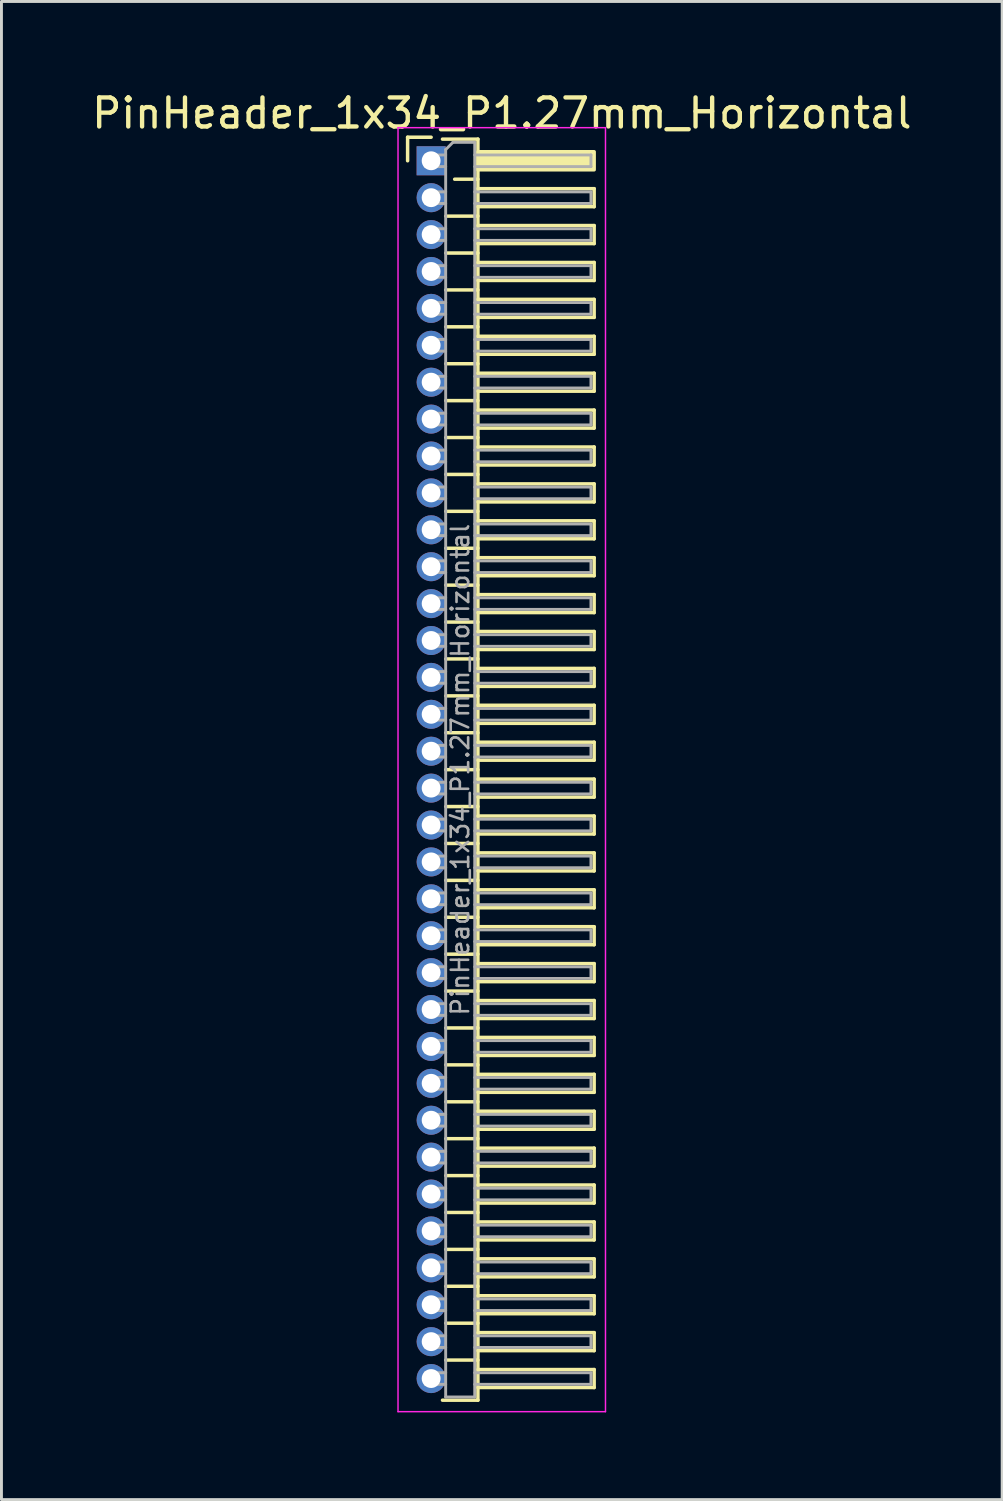
<source format=kicad_pcb>
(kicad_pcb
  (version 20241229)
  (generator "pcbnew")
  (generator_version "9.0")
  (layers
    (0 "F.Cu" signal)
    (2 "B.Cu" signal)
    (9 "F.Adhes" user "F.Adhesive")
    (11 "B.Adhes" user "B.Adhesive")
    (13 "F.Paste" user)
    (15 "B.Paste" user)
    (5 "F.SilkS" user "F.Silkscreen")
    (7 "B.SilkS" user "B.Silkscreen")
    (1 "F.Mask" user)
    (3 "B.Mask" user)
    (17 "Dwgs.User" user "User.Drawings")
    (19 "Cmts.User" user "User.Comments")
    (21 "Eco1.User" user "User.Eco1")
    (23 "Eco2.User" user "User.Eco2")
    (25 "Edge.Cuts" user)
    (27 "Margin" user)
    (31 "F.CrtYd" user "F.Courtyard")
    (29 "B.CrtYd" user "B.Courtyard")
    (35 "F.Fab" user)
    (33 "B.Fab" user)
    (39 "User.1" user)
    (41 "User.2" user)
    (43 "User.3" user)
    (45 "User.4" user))
  (footprint "PinHeader_1x34_P1.27mm_Horizontal"
    (layer "F.Cu")
    (at 11.788 2.483)
    (property "Reference" "PinHeader_1x34_P1.27mm_Horizontal" (at 2.433 -1.635 0) (layer "F.SilkS") (effects (font (size 1 1) (thickness 0.15))))
    (attr through_hole)
    (fp_line (start -0.81 -0.81) (end 0 -0.81) (stroke (width 0.12) (type solid)) (layer "F.SilkS"))
    (fp_line (start -0.81 0) (end -0.81 -0.81) (stroke (width 0.12) (type solid)) (layer "F.SilkS"))
    (fp_line (start 0.39 -0.745) (end 1.61 -0.745) (stroke (width 0.12) (type solid)) (layer "F.SilkS"))
    (fp_line (start 0.503 1.905) (end 1.61 1.905) (stroke (width 0.12) (type solid)) (layer "F.SilkS"))
    (fp_line (start 0.503 3.175) (end 1.61 3.175) (stroke (width 0.12) (type solid)) (layer "F.SilkS"))
    (fp_line (start 0.503 4.445) (end 1.61 4.445) (stroke (width 0.12) (type solid)) (layer "F.SilkS"))
    (fp_line (start 0.503 5.715) (end 1.61 5.715) (stroke (width 0.12) (type solid)) (layer "F.SilkS"))
    (fp_line (start 0.503 6.985) (end 1.61 6.985) (stroke (width 0.12) (type solid)) (layer "F.SilkS"))
    (fp_line (start 0.503 8.255) (end 1.61 8.255) (stroke (width 0.12) (type solid)) (layer "F.SilkS"))
    (fp_line (start 0.503 9.525) (end 1.61 9.525) (stroke (width 0.12) (type solid)) (layer "F.SilkS"))
    (fp_line (start 0.503 10.795) (end 1.61 10.795) (stroke (width 0.12) (type solid)) (layer "F.SilkS"))
    (fp_line (start 0.503 12.065) (end 1.61 12.065) (stroke (width 0.12) (type solid)) (layer "F.SilkS"))
    (fp_line (start 0.503 13.335) (end 1.61 13.335) (stroke (width 0.12) (type solid)) (layer "F.SilkS"))
    (fp_line (start 0.503 14.605) (end 1.61 14.605) (stroke (width 0.12) (type solid)) (layer "F.SilkS"))
    (fp_line (start 0.503 15.875) (end 1.61 15.875) (stroke (width 0.12) (type solid)) (layer "F.SilkS"))
    (fp_line (start 0.503 17.145) (end 1.61 17.145) (stroke (width 0.12) (type solid)) (layer "F.SilkS"))
    (fp_line (start 0.503 18.415) (end 1.61 18.415) (stroke (width 0.12) (type solid)) (layer "F.SilkS"))
    (fp_line (start 0.503 19.685) (end 1.61 19.685) (stroke (width 0.12) (type solid)) (layer "F.SilkS"))
    (fp_line (start 0.503 20.955) (end 1.61 20.955) (stroke (width 0.12) (type solid)) (layer "F.SilkS"))
    (fp_line (start 0.503 22.225) (end 1.61 22.225) (stroke (width 0.12) (type solid)) (layer "F.SilkS"))
    (fp_line (start 0.503 23.495) (end 1.61 23.495) (stroke (width 0.12) (type solid)) (layer "F.SilkS"))
    (fp_line (start 0.503 24.765) (end 1.61 24.765) (stroke (width 0.12) (type solid)) (layer "F.SilkS"))
    (fp_line (start 0.503 26.035) (end 1.61 26.035) (stroke (width 0.12) (type solid)) (layer "F.SilkS"))
    (fp_line (start 0.503 27.305) (end 1.61 27.305) (stroke (width 0.12) (type solid)) (layer "F.SilkS"))
    (fp_line (start 0.503 28.575) (end 1.61 28.575) (stroke (width 0.12) (type solid)) (layer "F.SilkS"))
    (fp_line (start 0.503 29.845) (end 1.61 29.845) (stroke (width 0.12) (type solid)) (layer "F.SilkS"))
    (fp_line (start 0.503 31.115) (end 1.61 31.115) (stroke (width 0.12) (type solid)) (layer "F.SilkS"))
    (fp_line (start 0.503 32.385) (end 1.61 32.385) (stroke (width 0.12) (type solid)) (layer "F.SilkS"))
    (fp_line (start 0.503 33.655) (end 1.61 33.655) (stroke (width 0.12) (type solid)) (layer "F.SilkS"))
    (fp_line (start 0.503 34.925) (end 1.61 34.925) (stroke (width 0.12) (type solid)) (layer "F.SilkS"))
    (fp_line (start 0.503 36.195) (end 1.61 36.195) (stroke (width 0.12) (type solid)) (layer "F.SilkS"))
    (fp_line (start 0.503 37.465) (end 1.61 37.465) (stroke (width 0.12) (type solid)) (layer "F.SilkS"))
    (fp_line (start 0.503 38.735) (end 1.61 38.735) (stroke (width 0.12) (type solid)) (layer "F.SilkS"))
    (fp_line (start 0.503 40.005) (end 1.61 40.005) (stroke (width 0.12) (type solid)) (layer "F.SilkS"))
    (fp_line (start 0.503 41.275) (end 1.61 41.275) (stroke (width 0.12) (type solid)) (layer "F.SilkS"))
    (fp_line (start 0.81 0.635) (end 1.61 0.635) (stroke (width 0.12) (type solid)) (layer "F.SilkS"))
    (fp_line (start 1.61 -0.745) (end 1.61 42.655) (stroke (width 0.12) (type solid)) (layer "F.SilkS"))
    (fp_line (start 1.61 0.96) (end 5.61 0.96) (stroke (width 0.12) (type solid)) (layer "F.SilkS"))
    (fp_line (start 1.61 2.23) (end 5.61 2.23) (stroke (width 0.12) (type solid)) (layer "F.SilkS"))
    (fp_line (start 1.61 3.5) (end 5.61 3.5) (stroke (width 0.12) (type solid)) (layer "F.SilkS"))
    (fp_line (start 1.61 4.77) (end 5.61 4.77) (stroke (width 0.12) (type solid)) (layer "F.SilkS"))
    (fp_line (start 1.61 6.04) (end 5.61 6.04) (stroke (width 0.12) (type solid)) (layer "F.SilkS"))
    (fp_line (start 1.61 7.31) (end 5.61 7.31) (stroke (width 0.12) (type solid)) (layer "F.SilkS"))
    (fp_line (start 1.61 8.58) (end 5.61 8.58) (stroke (width 0.12) (type solid)) (layer "F.SilkS"))
    (fp_line (start 1.61 9.85) (end 5.61 9.85) (stroke (width 0.12) (type solid)) (layer "F.SilkS"))
    (fp_line (start 1.61 11.12) (end 5.61 11.12) (stroke (width 0.12) (type solid)) (layer "F.SilkS"))
    (fp_line (start 1.61 12.39) (end 5.61 12.39) (stroke (width 0.12) (type solid)) (layer "F.SilkS"))
    (fp_line (start 1.61 13.66) (end 5.61 13.66) (stroke (width 0.12) (type solid)) (layer "F.SilkS"))
    (fp_line (start 1.61 14.93) (end 5.61 14.93) (stroke (width 0.12) (type solid)) (layer "F.SilkS"))
    (fp_line (start 1.61 16.2) (end 5.61 16.2) (stroke (width 0.12) (type solid)) (layer "F.SilkS"))
    (fp_line (start 1.61 17.47) (end 5.61 17.47) (stroke (width 0.12) (type solid)) (layer "F.SilkS"))
    (fp_line (start 1.61 18.74) (end 5.61 18.74) (stroke (width 0.12) (type solid)) (layer "F.SilkS"))
    (fp_line (start 1.61 20.01) (end 5.61 20.01) (stroke (width 0.12) (type solid)) (layer "F.SilkS"))
    (fp_line (start 1.61 21.28) (end 5.61 21.28) (stroke (width 0.12) (type solid)) (layer "F.SilkS"))
    (fp_line (start 1.61 22.55) (end 5.61 22.55) (stroke (width 0.12) (type solid)) (layer "F.SilkS"))
    (fp_line (start 1.61 23.82) (end 5.61 23.82) (stroke (width 0.12) (type solid)) (layer "F.SilkS"))
    (fp_line (start 1.61 25.09) (end 5.61 25.09) (stroke (width 0.12) (type solid)) (layer "F.SilkS"))
    (fp_line (start 1.61 26.36) (end 5.61 26.36) (stroke (width 0.12) (type solid)) (layer "F.SilkS"))
    (fp_line (start 1.61 27.63) (end 5.61 27.63) (stroke (width 0.12) (type solid)) (layer "F.SilkS"))
    (fp_line (start 1.61 28.9) (end 5.61 28.9) (stroke (width 0.12) (type solid)) (layer "F.SilkS"))
    (fp_line (start 1.61 30.17) (end 5.61 30.17) (stroke (width 0.12) (type solid)) (layer "F.SilkS"))
    (fp_line (start 1.61 31.44) (end 5.61 31.44) (stroke (width 0.12) (type solid)) (layer "F.SilkS"))
    (fp_line (start 1.61 32.71) (end 5.61 32.71) (stroke (width 0.12) (type solid)) (layer "F.SilkS"))
    (fp_line (start 1.61 33.98) (end 5.61 33.98) (stroke (width 0.12) (type solid)) (layer "F.SilkS"))
    (fp_line (start 1.61 35.25) (end 5.61 35.25) (stroke (width 0.12) (type solid)) (layer "F.SilkS"))
    (fp_line (start 1.61 36.52) (end 5.61 36.52) (stroke (width 0.12) (type solid)) (layer "F.SilkS"))
    (fp_line (start 1.61 37.79) (end 5.61 37.79) (stroke (width 0.12) (type solid)) (layer "F.SilkS"))
    (fp_line (start 1.61 39.06) (end 5.61 39.06) (stroke (width 0.12) (type solid)) (layer "F.SilkS"))
    (fp_line (start 1.61 40.33) (end 5.61 40.33) (stroke (width 0.12) (type solid)) (layer "F.SilkS"))
    (fp_line (start 1.61 41.6) (end 5.61 41.6) (stroke (width 0.12) (type solid)) (layer "F.SilkS"))
    (fp_line (start 1.61 42.655) (end 0.39 42.655) (stroke (width 0.12) (type solid)) (layer "F.SilkS"))
    (fp_line (start 5.61 0.96) (end 5.61 1.58) (stroke (width 0.12) (type solid)) (layer "F.SilkS"))
    (fp_line (start 5.61 1.58) (end 1.61 1.58) (stroke (width 0.12) (type solid)) (layer "F.SilkS"))
    (fp_line (start 5.61 2.23) (end 5.61 2.85) (stroke (width 0.12) (type solid)) (layer "F.SilkS"))
    (fp_line (start 5.61 2.85) (end 1.61 2.85) (stroke (width 0.12) (type solid)) (layer "F.SilkS"))
    (fp_line (start 5.61 3.5) (end 5.61 4.12) (stroke (width 0.12) (type solid)) (layer "F.SilkS"))
    (fp_line (start 5.61 4.12) (end 1.61 4.12) (stroke (width 0.12) (type solid)) (layer "F.SilkS"))
    (fp_line (start 5.61 4.77) (end 5.61 5.39) (stroke (width 0.12) (type solid)) (layer "F.SilkS"))
    (fp_line (start 5.61 5.39) (end 1.61 5.39) (stroke (width 0.12) (type solid)) (layer "F.SilkS"))
    (fp_line (start 5.61 6.04) (end 5.61 6.66) (stroke (width 0.12) (type solid)) (layer "F.SilkS"))
    (fp_line (start 5.61 6.66) (end 1.61 6.66) (stroke (width 0.12) (type solid)) (layer "F.SilkS"))
    (fp_line (start 5.61 7.31) (end 5.61 7.93) (stroke (width 0.12) (type solid)) (layer "F.SilkS"))
    (fp_line (start 5.61 7.93) (end 1.61 7.93) (stroke (width 0.12) (type solid)) (layer "F.SilkS"))
    (fp_line (start 5.61 8.58) (end 5.61 9.2) (stroke (width 0.12) (type solid)) (layer "F.SilkS"))
    (fp_line (start 5.61 9.2) (end 1.61 9.2) (stroke (width 0.12) (type solid)) (layer "F.SilkS"))
    (fp_line (start 5.61 9.85) (end 5.61 10.47) (stroke (width 0.12) (type solid)) (layer "F.SilkS"))
    (fp_line (start 5.61 10.47) (end 1.61 10.47) (stroke (width 0.12) (type solid)) (layer "F.SilkS"))
    (fp_line (start 5.61 11.12) (end 5.61 11.74) (stroke (width 0.12) (type solid)) (layer "F.SilkS"))
    (fp_line (start 5.61 11.74) (end 1.61 11.74) (stroke (width 0.12) (type solid)) (layer "F.SilkS"))
    (fp_line (start 5.61 12.39) (end 5.61 13.01) (stroke (width 0.12) (type solid)) (layer "F.SilkS"))
    (fp_line (start 5.61 13.01) (end 1.61 13.01) (stroke (width 0.12) (type solid)) (layer "F.SilkS"))
    (fp_line (start 5.61 13.66) (end 5.61 14.28) (stroke (width 0.12) (type solid)) (layer "F.SilkS"))
    (fp_line (start 5.61 14.28) (end 1.61 14.28) (stroke (width 0.12) (type solid)) (layer "F.SilkS"))
    (fp_line (start 5.61 14.93) (end 5.61 15.55) (stroke (width 0.12) (type solid)) (layer "F.SilkS"))
    (fp_line (start 5.61 15.55) (end 1.61 15.55) (stroke (width 0.12) (type solid)) (layer "F.SilkS"))
    (fp_line (start 5.61 16.2) (end 5.61 16.82) (stroke (width 0.12) (type solid)) (layer "F.SilkS"))
    (fp_line (start 5.61 16.82) (end 1.61 16.82) (stroke (width 0.12) (type solid)) (layer "F.SilkS"))
    (fp_line (start 5.61 17.47) (end 5.61 18.09) (stroke (width 0.12) (type solid)) (layer "F.SilkS"))
    (fp_line (start 5.61 18.09) (end 1.61 18.09) (stroke (width 0.12) (type solid)) (layer "F.SilkS"))
    (fp_line (start 5.61 18.74) (end 5.61 19.36) (stroke (width 0.12) (type solid)) (layer "F.SilkS"))
    (fp_line (start 5.61 19.36) (end 1.61 19.36) (stroke (width 0.12) (type solid)) (layer "F.SilkS"))
    (fp_line (start 5.61 20.01) (end 5.61 20.63) (stroke (width 0.12) (type solid)) (layer "F.SilkS"))
    (fp_line (start 5.61 20.63) (end 1.61 20.63) (stroke (width 0.12) (type solid)) (layer "F.SilkS"))
    (fp_line (start 5.61 21.28) (end 5.61 21.9) (stroke (width 0.12) (type solid)) (layer "F.SilkS"))
    (fp_line (start 5.61 21.9) (end 1.61 21.9) (stroke (width 0.12) (type solid)) (layer "F.SilkS"))
    (fp_line (start 5.61 22.55) (end 5.61 23.17) (stroke (width 0.12) (type solid)) (layer "F.SilkS"))
    (fp_line (start 5.61 23.17) (end 1.61 23.17) (stroke (width 0.12) (type solid)) (layer "F.SilkS"))
    (fp_line (start 5.61 23.82) (end 5.61 24.44) (stroke (width 0.12) (type solid)) (layer "F.SilkS"))
    (fp_line (start 5.61 24.44) (end 1.61 24.44) (stroke (width 0.12) (type solid)) (layer "F.SilkS"))
    (fp_line (start 5.61 25.09) (end 5.61 25.71) (stroke (width 0.12) (type solid)) (layer "F.SilkS"))
    (fp_line (start 5.61 25.71) (end 1.61 25.71) (stroke (width 0.12) (type solid)) (layer "F.SilkS"))
    (fp_line (start 5.61 26.36) (end 5.61 26.98) (stroke (width 0.12) (type solid)) (layer "F.SilkS"))
    (fp_line (start 5.61 26.98) (end 1.61 26.98) (stroke (width 0.12) (type solid)) (layer "F.SilkS"))
    (fp_line (start 5.61 27.63) (end 5.61 28.25) (stroke (width 0.12) (type solid)) (layer "F.SilkS"))
    (fp_line (start 5.61 28.25) (end 1.61 28.25) (stroke (width 0.12) (type solid)) (layer "F.SilkS"))
    (fp_line (start 5.61 28.9) (end 5.61 29.52) (stroke (width 0.12) (type solid)) (layer "F.SilkS"))
    (fp_line (start 5.61 29.52) (end 1.61 29.52) (stroke (width 0.12) (type solid)) (layer "F.SilkS"))
    (fp_line (start 5.61 30.17) (end 5.61 30.79) (stroke (width 0.12) (type solid)) (layer "F.SilkS"))
    (fp_line (start 5.61 30.79) (end 1.61 30.79) (stroke (width 0.12) (type solid)) (layer "F.SilkS"))
    (fp_line (start 5.61 31.44) (end 5.61 32.06) (stroke (width 0.12) (type solid)) (layer "F.SilkS"))
    (fp_line (start 5.61 32.06) (end 1.61 32.06) (stroke (width 0.12) (type solid)) (layer "F.SilkS"))
    (fp_line (start 5.61 32.71) (end 5.61 33.33) (stroke (width 0.12) (type solid)) (layer "F.SilkS"))
    (fp_line (start 5.61 33.33) (end 1.61 33.33) (stroke (width 0.12) (type solid)) (layer "F.SilkS"))
    (fp_line (start 5.61 33.98) (end 5.61 34.6) (stroke (width 0.12) (type solid)) (layer "F.SilkS"))
    (fp_line (start 5.61 34.6) (end 1.61 34.6) (stroke (width 0.12) (type solid)) (layer "F.SilkS"))
    (fp_line (start 5.61 35.25) (end 5.61 35.87) (stroke (width 0.12) (type solid)) (layer "F.SilkS"))
    (fp_line (start 5.61 35.87) (end 1.61 35.87) (stroke (width 0.12) (type solid)) (layer "F.SilkS"))
    (fp_line (start 5.61 36.52) (end 5.61 37.14) (stroke (width 0.12) (type solid)) (layer "F.SilkS"))
    (fp_line (start 5.61 37.14) (end 1.61 37.14) (stroke (width 0.12) (type solid)) (layer "F.SilkS"))
    (fp_line (start 5.61 37.79) (end 5.61 38.41) (stroke (width 0.12) (type solid)) (layer "F.SilkS"))
    (fp_line (start 5.61 38.41) (end 1.61 38.41) (stroke (width 0.12) (type solid)) (layer "F.SilkS"))
    (fp_line (start 5.61 39.06) (end 5.61 39.68) (stroke (width 0.12) (type solid)) (layer "F.SilkS"))
    (fp_line (start 5.61 39.68) (end 1.61 39.68) (stroke (width 0.12) (type solid)) (layer "F.SilkS"))
    (fp_line (start 5.61 40.33) (end 5.61 40.95) (stroke (width 0.12) (type solid)) (layer "F.SilkS"))
    (fp_line (start 5.61 40.95) (end 1.61 40.95) (stroke (width 0.12) (type solid)) (layer "F.SilkS"))
    (fp_line (start 5.61 41.6) (end 5.61 42.22) (stroke (width 0.12) (type solid)) (layer "F.SilkS"))
    (fp_line (start 5.61 42.22) (end 1.61 42.22) (stroke (width 0.12) (type solid)) (layer "F.SilkS"))
    (fp_rect (start 1.61 -0.31) (end 5.61 0.31) (stroke (width 0.12) (type solid)) (fill yes) (layer "F.SilkS"))
    (fp_line (start -1.14 -1.14) (end -1.14 43.05) (stroke (width 0.05) (type solid)) (layer "F.CrtYd"))
    (fp_line (start -1.14 43.05) (end 6 43.05) (stroke (width 0.05) (type solid)) (layer "F.CrtYd"))
    (fp_line (start 6 -1.14) (end -1.14 -1.14) (stroke (width 0.05) (type solid)) (layer "F.CrtYd"))
    (fp_line (start 6 43.05) (end 6 -1.14) (stroke (width 0.05) (type solid)) (layer "F.CrtYd"))
    (fp_line (start -0.2 -0.2) (end -0.2 0.2) (stroke (width 0.1) (type solid)) (layer "F.Fab"))
    (fp_line (start -0.2 -0.2) (end 0.5 -0.2) (stroke (width 0.1) (type solid)) (layer "F.Fab"))
    (fp_line (start -0.2 0.2) (end 0.5 0.2) (stroke (width 0.1) (type solid)) (layer "F.Fab"))
    (fp_line (start -0.2 1.07) (end -0.2 1.47) (stroke (width 0.1) (type solid)) (layer "F.Fab"))
    (fp_line (start -0.2 1.07) (end 0.5 1.07) (stroke (width 0.1) (type solid)) (layer "F.Fab"))
    (fp_line (start -0.2 1.47) (end 0.5 1.47) (stroke (width 0.1) (type solid)) (layer "F.Fab"))
    (fp_line (start -0.2 2.34) (end -0.2 2.74) (stroke (width 0.1) (type solid)) (layer "F.Fab"))
    (fp_line (start -0.2 2.34) (end 0.5 2.34) (stroke (width 0.1) (type solid)) (layer "F.Fab"))
    (fp_line (start -0.2 2.74) (end 0.5 2.74) (stroke (width 0.1) (type solid)) (layer "F.Fab"))
    (fp_line (start -0.2 3.61) (end -0.2 4.01) (stroke (width 0.1) (type solid)) (layer "F.Fab"))
    (fp_line (start -0.2 3.61) (end 0.5 3.61) (stroke (width 0.1) (type solid)) (layer "F.Fab"))
    (fp_line (start -0.2 4.01) (end 0.5 4.01) (stroke (width 0.1) (type solid)) (layer "F.Fab"))
    (fp_line (start -0.2 4.88) (end -0.2 5.28) (stroke (width 0.1) (type solid)) (layer "F.Fab"))
    (fp_line (start -0.2 4.88) (end 0.5 4.88) (stroke (width 0.1) (type solid)) (layer "F.Fab"))
    (fp_line (start -0.2 5.28) (end 0.5 5.28) (stroke (width 0.1) (type solid)) (layer "F.Fab"))
    (fp_line (start -0.2 6.15) (end -0.2 6.55) (stroke (width 0.1) (type solid)) (layer "F.Fab"))
    (fp_line (start -0.2 6.15) (end 0.5 6.15) (stroke (width 0.1) (type solid)) (layer "F.Fab"))
    (fp_line (start -0.2 6.55) (end 0.5 6.55) (stroke (width 0.1) (type solid)) (layer "F.Fab"))
    (fp_line (start -0.2 7.42) (end -0.2 7.82) (stroke (width 0.1) (type solid)) (layer "F.Fab"))
    (fp_line (start -0.2 7.42) (end 0.5 7.42) (stroke (width 0.1) (type solid)) (layer "F.Fab"))
    (fp_line (start -0.2 7.82) (end 0.5 7.82) (stroke (width 0.1) (type solid)) (layer "F.Fab"))
    (fp_line (start -0.2 8.69) (end -0.2 9.09) (stroke (width 0.1) (type solid)) (layer "F.Fab"))
    (fp_line (start -0.2 8.69) (end 0.5 8.69) (stroke (width 0.1) (type solid)) (layer "F.Fab"))
    (fp_line (start -0.2 9.09) (end 0.5 9.09) (stroke (width 0.1) (type solid)) (layer "F.Fab"))
    (fp_line (start -0.2 9.96) (end -0.2 10.36) (stroke (width 0.1) (type solid)) (layer "F.Fab"))
    (fp_line (start -0.2 9.96) (end 0.5 9.96) (stroke (width 0.1) (type solid)) (layer "F.Fab"))
    (fp_line (start -0.2 10.36) (end 0.5 10.36) (stroke (width 0.1) (type solid)) (layer "F.Fab"))
    (fp_line (start -0.2 11.23) (end -0.2 11.63) (stroke (width 0.1) (type solid)) (layer "F.Fab"))
    (fp_line (start -0.2 11.23) (end 0.5 11.23) (stroke (width 0.1) (type solid)) (layer "F.Fab"))
    (fp_line (start -0.2 11.63) (end 0.5 11.63) (stroke (width 0.1) (type solid)) (layer "F.Fab"))
    (fp_line (start -0.2 12.5) (end -0.2 12.9) (stroke (width 0.1) (type solid)) (layer "F.Fab"))
    (fp_line (start -0.2 12.5) (end 0.5 12.5) (stroke (width 0.1) (type solid)) (layer "F.Fab"))
    (fp_line (start -0.2 12.9) (end 0.5 12.9) (stroke (width 0.1) (type solid)) (layer "F.Fab"))
    (fp_line (start -0.2 13.77) (end -0.2 14.17) (stroke (width 0.1) (type solid)) (layer "F.Fab"))
    (fp_line (start -0.2 13.77) (end 0.5 13.77) (stroke (width 0.1) (type solid)) (layer "F.Fab"))
    (fp_line (start -0.2 14.17) (end 0.5 14.17) (stroke (width 0.1) (type solid)) (layer "F.Fab"))
    (fp_line (start -0.2 15.04) (end -0.2 15.44) (stroke (width 0.1) (type solid)) (layer "F.Fab"))
    (fp_line (start -0.2 15.04) (end 0.5 15.04) (stroke (width 0.1) (type solid)) (layer "F.Fab"))
    (fp_line (start -0.2 15.44) (end 0.5 15.44) (stroke (width 0.1) (type solid)) (layer "F.Fab"))
    (fp_line (start -0.2 16.31) (end -0.2 16.71) (stroke (width 0.1) (type solid)) (layer "F.Fab"))
    (fp_line (start -0.2 16.31) (end 0.5 16.31) (stroke (width 0.1) (type solid)) (layer "F.Fab"))
    (fp_line (start -0.2 16.71) (end 0.5 16.71) (stroke (width 0.1) (type solid)) (layer "F.Fab"))
    (fp_line (start -0.2 17.58) (end -0.2 17.98) (stroke (width 0.1) (type solid)) (layer "F.Fab"))
    (fp_line (start -0.2 17.58) (end 0.5 17.58) (stroke (width 0.1) (type solid)) (layer "F.Fab"))
    (fp_line (start -0.2 17.98) (end 0.5 17.98) (stroke (width 0.1) (type solid)) (layer "F.Fab"))
    (fp_line (start -0.2 18.85) (end -0.2 19.25) (stroke (width 0.1) (type solid)) (layer "F.Fab"))
    (fp_line (start -0.2 18.85) (end 0.5 18.85) (stroke (width 0.1) (type solid)) (layer "F.Fab"))
    (fp_line (start -0.2 19.25) (end 0.5 19.25) (stroke (width 0.1) (type solid)) (layer "F.Fab"))
    (fp_line (start -0.2 20.12) (end -0.2 20.52) (stroke (width 0.1) (type solid)) (layer "F.Fab"))
    (fp_line (start -0.2 20.12) (end 0.5 20.12) (stroke (width 0.1) (type solid)) (layer "F.Fab"))
    (fp_line (start -0.2 20.52) (end 0.5 20.52) (stroke (width 0.1) (type solid)) (layer "F.Fab"))
    (fp_line (start -0.2 21.39) (end -0.2 21.79) (stroke (width 0.1) (type solid)) (layer "F.Fab"))
    (fp_line (start -0.2 21.39) (end 0.5 21.39) (stroke (width 0.1) (type solid)) (layer "F.Fab"))
    (fp_line (start -0.2 21.79) (end 0.5 21.79) (stroke (width 0.1) (type solid)) (layer "F.Fab"))
    (fp_line (start -0.2 22.66) (end -0.2 23.06) (stroke (width 0.1) (type solid)) (layer "F.Fab"))
    (fp_line (start -0.2 22.66) (end 0.5 22.66) (stroke (width 0.1) (type solid)) (layer "F.Fab"))
    (fp_line (start -0.2 23.06) (end 0.5 23.06) (stroke (width 0.1) (type solid)) (layer "F.Fab"))
    (fp_line (start -0.2 23.93) (end -0.2 24.33) (stroke (width 0.1) (type solid)) (layer "F.Fab"))
    (fp_line (start -0.2 23.93) (end 0.5 23.93) (stroke (width 0.1) (type solid)) (layer "F.Fab"))
    (fp_line (start -0.2 24.33) (end 0.5 24.33) (stroke (width 0.1) (type solid)) (layer "F.Fab"))
    (fp_line (start -0.2 25.2) (end -0.2 25.6) (stroke (width 0.1) (type solid)) (layer "F.Fab"))
    (fp_line (start -0.2 25.2) (end 0.5 25.2) (stroke (width 0.1) (type solid)) (layer "F.Fab"))
    (fp_line (start -0.2 25.6) (end 0.5 25.6) (stroke (width 0.1) (type solid)) (layer "F.Fab"))
    (fp_line (start -0.2 26.47) (end -0.2 26.87) (stroke (width 0.1) (type solid)) (layer "F.Fab"))
    (fp_line (start -0.2 26.47) (end 0.5 26.47) (stroke (width 0.1) (type solid)) (layer "F.Fab"))
    (fp_line (start -0.2 26.87) (end 0.5 26.87) (stroke (width 0.1) (type solid)) (layer "F.Fab"))
    (fp_line (start -0.2 27.74) (end -0.2 28.14) (stroke (width 0.1) (type solid)) (layer "F.Fab"))
    (fp_line (start -0.2 27.74) (end 0.5 27.74) (stroke (width 0.1) (type solid)) (layer "F.Fab"))
    (fp_line (start -0.2 28.14) (end 0.5 28.14) (stroke (width 0.1) (type solid)) (layer "F.Fab"))
    (fp_line (start -0.2 29.01) (end -0.2 29.41) (stroke (width 0.1) (type solid)) (layer "F.Fab"))
    (fp_line (start -0.2 29.01) (end 0.5 29.01) (stroke (width 0.1) (type solid)) (layer "F.Fab"))
    (fp_line (start -0.2 29.41) (end 0.5 29.41) (stroke (width 0.1) (type solid)) (layer "F.Fab"))
    (fp_line (start -0.2 30.28) (end -0.2 30.68) (stroke (width 0.1) (type solid)) (layer "F.Fab"))
    (fp_line (start -0.2 30.28) (end 0.5 30.28) (stroke (width 0.1) (type solid)) (layer "F.Fab"))
    (fp_line (start -0.2 30.68) (end 0.5 30.68) (stroke (width 0.1) (type solid)) (layer "F.Fab"))
    (fp_line (start -0.2 31.55) (end -0.2 31.95) (stroke (width 0.1) (type solid)) (layer "F.Fab"))
    (fp_line (start -0.2 31.55) (end 0.5 31.55) (stroke (width 0.1) (type solid)) (layer "F.Fab"))
    (fp_line (start -0.2 31.95) (end 0.5 31.95) (stroke (width 0.1) (type solid)) (layer "F.Fab"))
    (fp_line (start -0.2 32.82) (end -0.2 33.22) (stroke (width 0.1) (type solid)) (layer "F.Fab"))
    (fp_line (start -0.2 32.82) (end 0.5 32.82) (stroke (width 0.1) (type solid)) (layer "F.Fab"))
    (fp_line (start -0.2 33.22) (end 0.5 33.22) (stroke (width 0.1) (type solid)) (layer "F.Fab"))
    (fp_line (start -0.2 34.09) (end -0.2 34.49) (stroke (width 0.1) (type solid)) (layer "F.Fab"))
    (fp_line (start -0.2 34.09) (end 0.5 34.09) (stroke (width 0.1) (type solid)) (layer "F.Fab"))
    (fp_line (start -0.2 34.49) (end 0.5 34.49) (stroke (width 0.1) (type solid)) (layer "F.Fab"))
    (fp_line (start -0.2 35.36) (end -0.2 35.76) (stroke (width 0.1) (type solid)) (layer "F.Fab"))
    (fp_line (start -0.2 35.36) (end 0.5 35.36) (stroke (width 0.1) (type solid)) (layer "F.Fab"))
    (fp_line (start -0.2 35.76) (end 0.5 35.76) (stroke (width 0.1) (type solid)) (layer "F.Fab"))
    (fp_line (start -0.2 36.63) (end -0.2 37.03) (stroke (width 0.1) (type solid)) (layer "F.Fab"))
    (fp_line (start -0.2 36.63) (end 0.5 36.63) (stroke (width 0.1) (type solid)) (layer "F.Fab"))
    (fp_line (start -0.2 37.03) (end 0.5 37.03) (stroke (width 0.1) (type solid)) (layer "F.Fab"))
    (fp_line (start -0.2 37.9) (end -0.2 38.3) (stroke (width 0.1) (type solid)) (layer "F.Fab"))
    (fp_line (start -0.2 37.9) (end 0.5 37.9) (stroke (width 0.1) (type solid)) (layer "F.Fab"))
    (fp_line (start -0.2 38.3) (end 0.5 38.3) (stroke (width 0.1) (type solid)) (layer "F.Fab"))
    (fp_line (start -0.2 39.17) (end -0.2 39.57) (stroke (width 0.1) (type solid)) (layer "F.Fab"))
    (fp_line (start -0.2 39.17) (end 0.5 39.17) (stroke (width 0.1) (type solid)) (layer "F.Fab"))
    (fp_line (start -0.2 39.57) (end 0.5 39.57) (stroke (width 0.1) (type solid)) (layer "F.Fab"))
    (fp_line (start -0.2 40.44) (end -0.2 40.84) (stroke (width 0.1) (type solid)) (layer "F.Fab"))
    (fp_line (start -0.2 40.44) (end 0.5 40.44) (stroke (width 0.1) (type solid)) (layer "F.Fab"))
    (fp_line (start -0.2 40.84) (end 0.5 40.84) (stroke (width 0.1) (type solid)) (layer "F.Fab"))
    (fp_line (start -0.2 41.71) (end -0.2 42.11) (stroke (width 0.1) (type solid)) (layer "F.Fab"))
    (fp_line (start -0.2 41.71) (end 0.5 41.71) (stroke (width 0.1) (type solid)) (layer "F.Fab"))
    (fp_line (start -0.2 42.11) (end 0.5 42.11) (stroke (width 0.1) (type solid)) (layer "F.Fab"))
    (fp_line (start 0.5 -0.385) (end 0.75 -0.635) (stroke (width 0.1) (type solid)) (layer "F.Fab"))
    (fp_line (start 0.5 42.545) (end 0.5 -0.385) (stroke (width 0.1) (type solid)) (layer "F.Fab"))
    (fp_line (start 0.75 -0.635) (end 1.5 -0.635) (stroke (width 0.1) (type solid)) (layer "F.Fab"))
    (fp_line (start 1.5 -0.635) (end 1.5 42.545) (stroke (width 0.1) (type solid)) (layer "F.Fab"))
    (fp_line (start 1.5 -0.2) (end 5.5 -0.2) (stroke (width 0.1) (type solid)) (layer "F.Fab"))
    (fp_line (start 1.5 0.2) (end 5.5 0.2) (stroke (width 0.1) (type solid)) (layer "F.Fab"))
    (fp_line (start 1.5 1.07) (end 5.5 1.07) (stroke (width 0.1) (type solid)) (layer "F.Fab"))
    (fp_line (start 1.5 1.47) (end 5.5 1.47) (stroke (width 0.1) (type solid)) (layer "F.Fab"))
    (fp_line (start 1.5 2.34) (end 5.5 2.34) (stroke (width 0.1) (type solid)) (layer "F.Fab"))
    (fp_line (start 1.5 2.74) (end 5.5 2.74) (stroke (width 0.1) (type solid)) (layer "F.Fab"))
    (fp_line (start 1.5 3.61) (end 5.5 3.61) (stroke (width 0.1) (type solid)) (layer "F.Fab"))
    (fp_line (start 1.5 4.01) (end 5.5 4.01) (stroke (width 0.1) (type solid)) (layer "F.Fab"))
    (fp_line (start 1.5 4.88) (end 5.5 4.88) (stroke (width 0.1) (type solid)) (layer "F.Fab"))
    (fp_line (start 1.5 5.28) (end 5.5 5.28) (stroke (width 0.1) (type solid)) (layer "F.Fab"))
    (fp_line (start 1.5 6.15) (end 5.5 6.15) (stroke (width 0.1) (type solid)) (layer "F.Fab"))
    (fp_line (start 1.5 6.55) (end 5.5 6.55) (stroke (width 0.1) (type solid)) (layer "F.Fab"))
    (fp_line (start 1.5 7.42) (end 5.5 7.42) (stroke (width 0.1) (type solid)) (layer "F.Fab"))
    (fp_line (start 1.5 7.82) (end 5.5 7.82) (stroke (width 0.1) (type solid)) (layer "F.Fab"))
    (fp_line (start 1.5 8.69) (end 5.5 8.69) (stroke (width 0.1) (type solid)) (layer "F.Fab"))
    (fp_line (start 1.5 9.09) (end 5.5 9.09) (stroke (width 0.1) (type solid)) (layer "F.Fab"))
    (fp_line (start 1.5 9.96) (end 5.5 9.96) (stroke (width 0.1) (type solid)) (layer "F.Fab"))
    (fp_line (start 1.5 10.36) (end 5.5 10.36) (stroke (width 0.1) (type solid)) (layer "F.Fab"))
    (fp_line (start 1.5 11.23) (end 5.5 11.23) (stroke (width 0.1) (type solid)) (layer "F.Fab"))
    (fp_line (start 1.5 11.63) (end 5.5 11.63) (stroke (width 0.1) (type solid)) (layer "F.Fab"))
    (fp_line (start 1.5 12.5) (end 5.5 12.5) (stroke (width 0.1) (type solid)) (layer "F.Fab"))
    (fp_line (start 1.5 12.9) (end 5.5 12.9) (stroke (width 0.1) (type solid)) (layer "F.Fab"))
    (fp_line (start 1.5 13.77) (end 5.5 13.77) (stroke (width 0.1) (type solid)) (layer "F.Fab"))
    (fp_line (start 1.5 14.17) (end 5.5 14.17) (stroke (width 0.1) (type solid)) (layer "F.Fab"))
    (fp_line (start 1.5 15.04) (end 5.5 15.04) (stroke (width 0.1) (type solid)) (layer "F.Fab"))
    (fp_line (start 1.5 15.44) (end 5.5 15.44) (stroke (width 0.1) (type solid)) (layer "F.Fab"))
    (fp_line (start 1.5 16.31) (end 5.5 16.31) (stroke (width 0.1) (type solid)) (layer "F.Fab"))
    (fp_line (start 1.5 16.71) (end 5.5 16.71) (stroke (width 0.1) (type solid)) (layer "F.Fab"))
    (fp_line (start 1.5 17.58) (end 5.5 17.58) (stroke (width 0.1) (type solid)) (layer "F.Fab"))
    (fp_line (start 1.5 17.98) (end 5.5 17.98) (stroke (width 0.1) (type solid)) (layer "F.Fab"))
    (fp_line (start 1.5 18.85) (end 5.5 18.85) (stroke (width 0.1) (type solid)) (layer "F.Fab"))
    (fp_line (start 1.5 19.25) (end 5.5 19.25) (stroke (width 0.1) (type solid)) (layer "F.Fab"))
    (fp_line (start 1.5 20.12) (end 5.5 20.12) (stroke (width 0.1) (type solid)) (layer "F.Fab"))
    (fp_line (start 1.5 20.52) (end 5.5 20.52) (stroke (width 0.1) (type solid)) (layer "F.Fab"))
    (fp_line (start 1.5 21.39) (end 5.5 21.39) (stroke (width 0.1) (type solid)) (layer "F.Fab"))
    (fp_line (start 1.5 21.79) (end 5.5 21.79) (stroke (width 0.1) (type solid)) (layer "F.Fab"))
    (fp_line (start 1.5 22.66) (end 5.5 22.66) (stroke (width 0.1) (type solid)) (layer "F.Fab"))
    (fp_line (start 1.5 23.06) (end 5.5 23.06) (stroke (width 0.1) (type solid)) (layer "F.Fab"))
    (fp_line (start 1.5 23.93) (end 5.5 23.93) (stroke (width 0.1) (type solid)) (layer "F.Fab"))
    (fp_line (start 1.5 24.33) (end 5.5 24.33) (stroke (width 0.1) (type solid)) (layer "F.Fab"))
    (fp_line (start 1.5 25.2) (end 5.5 25.2) (stroke (width 0.1) (type solid)) (layer "F.Fab"))
    (fp_line (start 1.5 25.6) (end 5.5 25.6) (stroke (width 0.1) (type solid)) (layer "F.Fab"))
    (fp_line (start 1.5 26.47) (end 5.5 26.47) (stroke (width 0.1) (type solid)) (layer "F.Fab"))
    (fp_line (start 1.5 26.87) (end 5.5 26.87) (stroke (width 0.1) (type solid)) (layer "F.Fab"))
    (fp_line (start 1.5 27.74) (end 5.5 27.74) (stroke (width 0.1) (type solid)) (layer "F.Fab"))
    (fp_line (start 1.5 28.14) (end 5.5 28.14) (stroke (width 0.1) (type solid)) (layer "F.Fab"))
    (fp_line (start 1.5 29.01) (end 5.5 29.01) (stroke (width 0.1) (type solid)) (layer "F.Fab"))
    (fp_line (start 1.5 29.41) (end 5.5 29.41) (stroke (width 0.1) (type solid)) (layer "F.Fab"))
    (fp_line (start 1.5 30.28) (end 5.5 30.28) (stroke (width 0.1) (type solid)) (layer "F.Fab"))
    (fp_line (start 1.5 30.68) (end 5.5 30.68) (stroke (width 0.1) (type solid)) (layer "F.Fab"))
    (fp_line (start 1.5 31.55) (end 5.5 31.55) (stroke (width 0.1) (type solid)) (layer "F.Fab"))
    (fp_line (start 1.5 31.95) (end 5.5 31.95) (stroke (width 0.1) (type solid)) (layer "F.Fab"))
    (fp_line (start 1.5 32.82) (end 5.5 32.82) (stroke (width 0.1) (type solid)) (layer "F.Fab"))
    (fp_line (start 1.5 33.22) (end 5.5 33.22) (stroke (width 0.1) (type solid)) (layer "F.Fab"))
    (fp_line (start 1.5 34.09) (end 5.5 34.09) (stroke (width 0.1) (type solid)) (layer "F.Fab"))
    (fp_line (start 1.5 34.49) (end 5.5 34.49) (stroke (width 0.1) (type solid)) (layer "F.Fab"))
    (fp_line (start 1.5 35.36) (end 5.5 35.36) (stroke (width 0.1) (type solid)) (layer "F.Fab"))
    (fp_line (start 1.5 35.76) (end 5.5 35.76) (stroke (width 0.1) (type solid)) (layer "F.Fab"))
    (fp_line (start 1.5 36.63) (end 5.5 36.63) (stroke (width 0.1) (type solid)) (layer "F.Fab"))
    (fp_line (start 1.5 37.03) (end 5.5 37.03) (stroke (width 0.1) (type solid)) (layer "F.Fab"))
    (fp_line (start 1.5 37.9) (end 5.5 37.9) (stroke (width 0.1) (type solid)) (layer "F.Fab"))
    (fp_line (start 1.5 38.3) (end 5.5 38.3) (stroke (width 0.1) (type solid)) (layer "F.Fab"))
    (fp_line (start 1.5 39.17) (end 5.5 39.17) (stroke (width 0.1) (type solid)) (layer "F.Fab"))
    (fp_line (start 1.5 39.57) (end 5.5 39.57) (stroke (width 0.1) (type solid)) (layer "F.Fab"))
    (fp_line (start 1.5 40.44) (end 5.5 40.44) (stroke (width 0.1) (type solid)) (layer "F.Fab"))
    (fp_line (start 1.5 40.84) (end 5.5 40.84) (stroke (width 0.1) (type solid)) (layer "F.Fab"))
    (fp_line (start 1.5 41.71) (end 5.5 41.71) (stroke (width 0.1) (type solid)) (layer "F.Fab"))
    (fp_line (start 1.5 42.11) (end 5.5 42.11) (stroke (width 0.1) (type solid)) (layer "F.Fab"))
    (fp_line (start 1.5 42.545) (end 0.5 42.545) (stroke (width 0.1) (type solid)) (layer "F.Fab"))
    (fp_line (start 5.5 -0.2) (end 5.5 0.2) (stroke (width 0.1) (type solid)) (layer "F.Fab"))
    (fp_line (start 5.5 1.07) (end 5.5 1.47) (stroke (width 0.1) (type solid)) (layer "F.Fab"))
    (fp_line (start 5.5 2.34) (end 5.5 2.74) (stroke (width 0.1) (type solid)) (layer "F.Fab"))
    (fp_line (start 5.5 3.61) (end 5.5 4.01) (stroke (width 0.1) (type solid)) (layer "F.Fab"))
    (fp_line (start 5.5 4.88) (end 5.5 5.28) (stroke (width 0.1) (type solid)) (layer "F.Fab"))
    (fp_line (start 5.5 6.15) (end 5.5 6.55) (stroke (width 0.1) (type solid)) (layer "F.Fab"))
    (fp_line (start 5.5 7.42) (end 5.5 7.82) (stroke (width 0.1) (type solid)) (layer "F.Fab"))
    (fp_line (start 5.5 8.69) (end 5.5 9.09) (stroke (width 0.1) (type solid)) (layer "F.Fab"))
    (fp_line (start 5.5 9.96) (end 5.5 10.36) (stroke (width 0.1) (type solid)) (layer "F.Fab"))
    (fp_line (start 5.5 11.23) (end 5.5 11.63) (stroke (width 0.1) (type solid)) (layer "F.Fab"))
    (fp_line (start 5.5 12.5) (end 5.5 12.9) (stroke (width 0.1) (type solid)) (layer "F.Fab"))
    (fp_line (start 5.5 13.77) (end 5.5 14.17) (stroke (width 0.1) (type solid)) (layer "F.Fab"))
    (fp_line (start 5.5 15.04) (end 5.5 15.44) (stroke (width 0.1) (type solid)) (layer "F.Fab"))
    (fp_line (start 5.5 16.31) (end 5.5 16.71) (stroke (width 0.1) (type solid)) (layer "F.Fab"))
    (fp_line (start 5.5 17.58) (end 5.5 17.98) (stroke (width 0.1) (type solid)) (layer "F.Fab"))
    (fp_line (start 5.5 18.85) (end 5.5 19.25) (stroke (width 0.1) (type solid)) (layer "F.Fab"))
    (fp_line (start 5.5 20.12) (end 5.5 20.52) (stroke (width 0.1) (type solid)) (layer "F.Fab"))
    (fp_line (start 5.5 21.39) (end 5.5 21.79) (stroke (width 0.1) (type solid)) (layer "F.Fab"))
    (fp_line (start 5.5 22.66) (end 5.5 23.06) (stroke (width 0.1) (type solid)) (layer "F.Fab"))
    (fp_line (start 5.5 23.93) (end 5.5 24.33) (stroke (width 0.1) (type solid)) (layer "F.Fab"))
    (fp_line (start 5.5 25.2) (end 5.5 25.6) (stroke (width 0.1) (type solid)) (layer "F.Fab"))
    (fp_line (start 5.5 26.47) (end 5.5 26.87) (stroke (width 0.1) (type solid)) (layer "F.Fab"))
    (fp_line (start 5.5 27.74) (end 5.5 28.14) (stroke (width 0.1) (type solid)) (layer "F.Fab"))
    (fp_line (start 5.5 29.01) (end 5.5 29.41) (stroke (width 0.1) (type solid)) (layer "F.Fab"))
    (fp_line (start 5.5 30.28) (end 5.5 30.68) (stroke (width 0.1) (type solid)) (layer "F.Fab"))
    (fp_line (start 5.5 31.55) (end 5.5 31.95) (stroke (width 0.1) (type solid)) (layer "F.Fab"))
    (fp_line (start 5.5 32.82) (end 5.5 33.22) (stroke (width 0.1) (type solid)) (layer "F.Fab"))
    (fp_line (start 5.5 34.09) (end 5.5 34.49) (stroke (width 0.1) (type solid)) (layer "F.Fab"))
    (fp_line (start 5.5 35.36) (end 5.5 35.76) (stroke (width 0.1) (type solid)) (layer "F.Fab"))
    (fp_line (start 5.5 36.63) (end 5.5 37.03) (stroke (width 0.1) (type solid)) (layer "F.Fab"))
    (fp_line (start 5.5 37.9) (end 5.5 38.3) (stroke (width 0.1) (type solid)) (layer "F.Fab"))
    (fp_line (start 5.5 39.17) (end 5.5 39.57) (stroke (width 0.1) (type solid)) (layer "F.Fab"))
    (fp_line (start 5.5 40.44) (end 5.5 40.84) (stroke (width 0.1) (type solid)) (layer "F.Fab"))
    (fp_line (start 5.5 41.71) (end 5.5 42.11) (stroke (width 0.1) (type solid)) (layer "F.Fab"))
    (fp_text user "${REFERENCE}" (at 1 20.955 90) (layer "F.Fab") (effects (font (size 0.6 0.6) (thickness 0.09))))
    (pad "1" thru_hole rect (at 0 0) (size 1 1) (drill 0.65) (layers "*.Cu" "*.Mask"))
    (pad "2" thru_hole circle (at 0 1.27) (size 1 1) (drill 0.65) (layers "*.Cu" "*.Mask"))
    (pad "3" thru_hole circle (at 0 2.54) (size 1 1) (drill 0.65) (layers "*.Cu" "*.Mask"))
    (pad "4" thru_hole circle (at 0 3.81) (size 1 1) (drill 0.65) (layers "*.Cu" "*.Mask"))
    (pad "5" thru_hole circle (at 0 5.08) (size 1 1) (drill 0.65) (layers "*.Cu" "*.Mask"))
    (pad "6" thru_hole circle (at 0 6.35) (size 1 1) (drill 0.65) (layers "*.Cu" "*.Mask"))
    (pad "7" thru_hole circle (at 0 7.62) (size 1 1) (drill 0.65) (layers "*.Cu" "*.Mask"))
    (pad "8" thru_hole circle (at 0 8.89) (size 1 1) (drill 0.65) (layers "*.Cu" "*.Mask"))
    (pad "9" thru_hole circle (at 0 10.16) (size 1 1) (drill 0.65) (layers "*.Cu" "*.Mask"))
    (pad "10" thru_hole circle (at 0 11.43) (size 1 1) (drill 0.65) (layers "*.Cu" "*.Mask"))
    (pad "11" thru_hole circle (at 0 12.7) (size 1 1) (drill 0.65) (layers "*.Cu" "*.Mask"))
    (pad "12" thru_hole circle (at 0 13.97) (size 1 1) (drill 0.65) (layers "*.Cu" "*.Mask"))
    (pad "13" thru_hole circle (at 0 15.24) (size 1 1) (drill 0.65) (layers "*.Cu" "*.Mask"))
    (pad "14" thru_hole circle (at 0 16.51) (size 1 1) (drill 0.65) (layers "*.Cu" "*.Mask"))
    (pad "15" thru_hole circle (at 0 17.78) (size 1 1) (drill 0.65) (layers "*.Cu" "*.Mask"))
    (pad "16" thru_hole circle (at 0 19.05) (size 1 1) (drill 0.65) (layers "*.Cu" "*.Mask"))
    (pad "17" thru_hole circle (at 0 20.32) (size 1 1) (drill 0.65) (layers "*.Cu" "*.Mask"))
    (pad "18" thru_hole circle (at 0 21.59) (size 1 1) (drill 0.65) (layers "*.Cu" "*.Mask"))
    (pad "19" thru_hole circle (at 0 22.86) (size 1 1) (drill 0.65) (layers "*.Cu" "*.Mask"))
    (pad "20" thru_hole circle (at 0 24.13) (size 1 1) (drill 0.65) (layers "*.Cu" "*.Mask"))
    (pad "21" thru_hole circle (at 0 25.4) (size 1 1) (drill 0.65) (layers "*.Cu" "*.Mask"))
    (pad "22" thru_hole circle (at 0 26.67) (size 1 1) (drill 0.65) (layers "*.Cu" "*.Mask"))
    (pad "23" thru_hole circle (at 0 27.94) (size 1 1) (drill 0.65) (layers "*.Cu" "*.Mask"))
    (pad "24" thru_hole circle (at 0 29.21) (size 1 1) (drill 0.65) (layers "*.Cu" "*.Mask"))
    (pad "25" thru_hole circle (at 0 30.48) (size 1 1) (drill 0.65) (layers "*.Cu" "*.Mask"))
    (pad "26" thru_hole circle (at 0 31.75) (size 1 1) (drill 0.65) (layers "*.Cu" "*.Mask"))
    (pad "27" thru_hole circle (at 0 33.02) (size 1 1) (drill 0.65) (layers "*.Cu" "*.Mask"))
    (pad "28" thru_hole circle (at 0 34.29) (size 1 1) (drill 0.65) (layers "*.Cu" "*.Mask"))
    (pad "29" thru_hole circle (at 0 35.56) (size 1 1) (drill 0.65) (layers "*.Cu" "*.Mask"))
    (pad "30" thru_hole circle (at 0 36.83) (size 1 1) (drill 0.65) (layers "*.Cu" "*.Mask"))
    (pad "31" thru_hole circle (at 0 38.1) (size 1 1) (drill 0.65) (layers "*.Cu" "*.Mask"))
    (pad "32" thru_hole circle (at 0 39.37) (size 1 1) (drill 0.65) (layers "*.Cu" "*.Mask"))
    (pad "33" thru_hole circle (at 0 40.64) (size 1 1) (drill 0.65) (layers "*.Cu" "*.Mask"))
    (pad "34" thru_hole circle (at 0 41.91) (size 1 1) (drill 0.65) (layers "*.Cu" "*.Mask")))
  (gr_rect
    (start -3 -3)
    (end 31.44 48.558)
    (stroke (width 0.1) (type default))
    (fill no)
    (layer "Edge.Cuts")))
</source>
